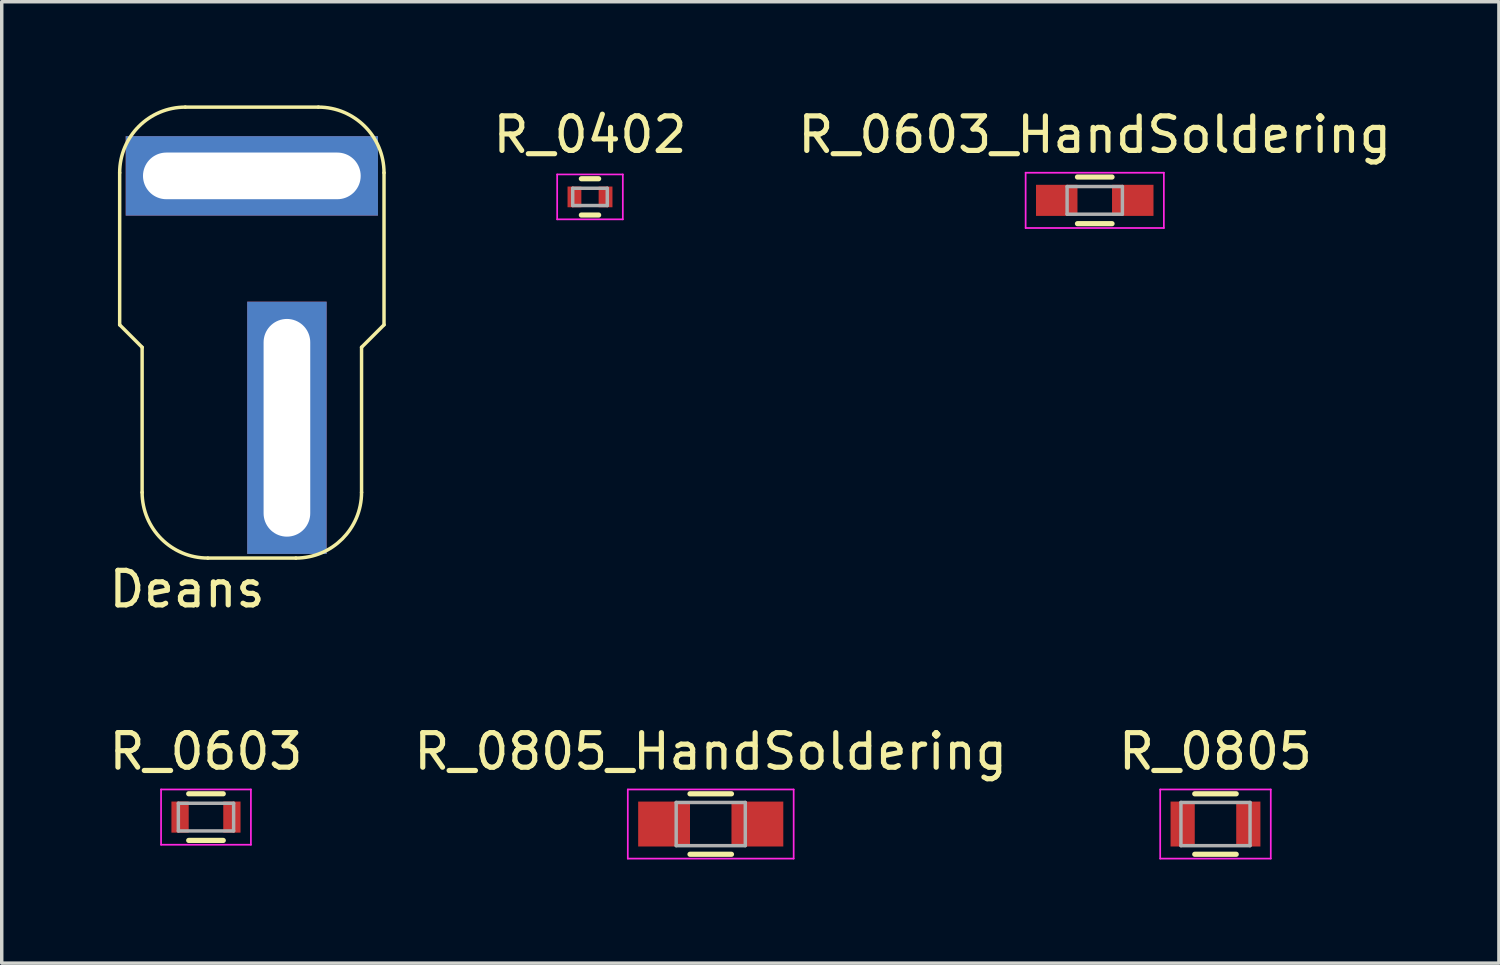
<source format=kicad_pcb>
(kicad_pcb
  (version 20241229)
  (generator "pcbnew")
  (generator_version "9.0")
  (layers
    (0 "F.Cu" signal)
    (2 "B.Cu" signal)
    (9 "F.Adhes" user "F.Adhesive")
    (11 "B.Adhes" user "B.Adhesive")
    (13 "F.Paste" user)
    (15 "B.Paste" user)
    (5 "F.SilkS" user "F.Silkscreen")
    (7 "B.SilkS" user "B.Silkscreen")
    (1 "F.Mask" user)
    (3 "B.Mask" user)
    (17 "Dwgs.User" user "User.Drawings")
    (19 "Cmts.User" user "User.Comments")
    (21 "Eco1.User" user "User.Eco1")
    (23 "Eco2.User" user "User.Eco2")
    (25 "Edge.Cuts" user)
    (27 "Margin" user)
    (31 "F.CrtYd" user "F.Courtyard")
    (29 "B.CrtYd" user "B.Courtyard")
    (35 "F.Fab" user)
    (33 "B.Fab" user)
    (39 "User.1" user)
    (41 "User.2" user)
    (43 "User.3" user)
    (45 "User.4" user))
  (footprint "R_0805"
    (layer "F.Cu")
    (at 32.125 20.797)
    (property "Reference" "R_0805" (at 0 -2.1 0) (layer "F.SilkS") (effects (font (size 1 1) (thickness 0.15))))
    (attr smd)
    (fp_line (start -0.6 -0.875) (end 0.6 -0.875) (stroke (width 0.15) (type solid)) (layer "F.SilkS"))
    (fp_line (start 0.6 0.875) (end -0.6 0.875) (stroke (width 0.15) (type solid)) (layer "F.SilkS"))
    (fp_line (start -1.6 -1) (end -1.6 1) (stroke (width 0.05) (type solid)) (layer "F.CrtYd"))
    (fp_line (start -1.6 -1) (end 1.6 -1) (stroke (width 0.05) (type solid)) (layer "F.CrtYd"))
    (fp_line (start -1.6 1) (end 1.6 1) (stroke (width 0.05) (type solid)) (layer "F.CrtYd"))
    (fp_line (start 1.6 -1) (end 1.6 1) (stroke (width 0.05) (type solid)) (layer "F.CrtYd"))
    (fp_line (start -1 -0.625) (end 1 -0.625) (stroke (width 0.1) (type solid)) (layer "F.Fab"))
    (fp_line (start -1 0.625) (end -1 -0.625) (stroke (width 0.1) (type solid)) (layer "F.Fab"))
    (fp_line (start 1 -0.625) (end 1 0.625) (stroke (width 0.1) (type solid)) (layer "F.Fab"))
    (fp_line (start 1 0.625) (end -1 0.625) (stroke (width 0.1) (type solid)) (layer "F.Fab"))
    (pad "1" smd rect (at -0.95 0) (size 0.7 1.3) (layers "F.Cu" "F.Mask" "F.Paste"))
    (pad "2" smd rect (at 0.95 0) (size 0.7 1.3) (layers "F.Cu" "F.Mask" "F.Paste")))
  (footprint "R_0603"
    (layer "F.Cu")
    (at 2.911 20.596)
    (property "Reference" "R_0603" (at 0 -1.9 0) (layer "F.SilkS") (effects (font (size 1 1) (thickness 0.15))))
    (attr smd)
    (fp_line (start -0.5 -0.675) (end 0.5 -0.675) (stroke (width 0.15) (type solid)) (layer "F.SilkS"))
    (fp_line (start 0.5 0.675) (end -0.5 0.675) (stroke (width 0.15) (type solid)) (layer "F.SilkS"))
    (fp_line (start -1.3 -0.8) (end -1.3 0.8) (stroke (width 0.05) (type solid)) (layer "F.CrtYd"))
    (fp_line (start -1.3 -0.8) (end 1.3 -0.8) (stroke (width 0.05) (type solid)) (layer "F.CrtYd"))
    (fp_line (start -1.3 0.8) (end 1.3 0.8) (stroke (width 0.05) (type solid)) (layer "F.CrtYd"))
    (fp_line (start 1.3 -0.8) (end 1.3 0.8) (stroke (width 0.05) (type solid)) (layer "F.CrtYd"))
    (fp_line (start -0.8 -0.4) (end 0.8 -0.4) (stroke (width 0.1) (type solid)) (layer "F.Fab"))
    (fp_line (start -0.8 0.4) (end -0.8 -0.4) (stroke (width 0.1) (type solid)) (layer "F.Fab"))
    (fp_line (start 0.8 -0.4) (end 0.8 0.4) (stroke (width 0.1) (type solid)) (layer "F.Fab"))
    (fp_line (start 0.8 0.4) (end -0.8 0.4) (stroke (width 0.1) (type solid)) (layer "F.Fab"))
    (pad "1" smd rect (at -0.75 0) (size 0.5 0.9) (layers "F.Cu" "F.Mask" "F.Paste"))
    (pad "2" smd rect (at 0.75 0) (size 0.5 0.9) (layers "F.Cu" "F.Mask" "F.Paste")))
  (footprint "R_0805_HandSoldering"
    (layer "F.Cu")
    (at 17.518 20.797)
    (property "Reference" "R_0805_HandSoldering" (at 0 -2.1 0) (layer "F.SilkS") (effects (font (size 1 1) (thickness 0.15))))
    (attr smd)
    (fp_line (start -0.6 -0.875) (end 0.6 -0.875) (stroke (width 0.15) (type solid)) (layer "F.SilkS"))
    (fp_line (start 0.6 0.875) (end -0.6 0.875) (stroke (width 0.15) (type solid)) (layer "F.SilkS"))
    (fp_line (start -2.4 -1) (end -2.4 1) (stroke (width 0.05) (type solid)) (layer "F.CrtYd"))
    (fp_line (start -2.4 -1) (end 2.4 -1) (stroke (width 0.05) (type solid)) (layer "F.CrtYd"))
    (fp_line (start -2.4 1) (end 2.4 1) (stroke (width 0.05) (type solid)) (layer "F.CrtYd"))
    (fp_line (start 2.4 -1) (end 2.4 1) (stroke (width 0.05) (type solid)) (layer "F.CrtYd"))
    (fp_line (start -1 -0.625) (end 1 -0.625) (stroke (width 0.1) (type solid)) (layer "F.Fab"))
    (fp_line (start -1 0.625) (end -1 -0.625) (stroke (width 0.1) (type solid)) (layer "F.Fab"))
    (fp_line (start 1 -0.625) (end 1 0.625) (stroke (width 0.1) (type solid)) (layer "F.Fab"))
    (fp_line (start 1 0.625) (end -1 0.625) (stroke (width 0.1) (type solid)) (layer "F.Fab"))
    (pad "1" smd rect (at -1.35 0) (size 1.5 1.3) (layers "F.Cu" "F.Mask" "F.Paste"))
    (pad "2" smd rect (at 1.35 0) (size 1.5 1.3) (layers "F.Cu" "F.Mask" "F.Paste")))
  (footprint "R_0603_HandSoldering"
    (layer "F.Cu")
    (at 28.631 2.748)
    (property "Reference" "R_0603_HandSoldering" (at 0 -1.9 0) (layer "F.SilkS") (effects (font (size 1 1) (thickness 0.15))))
    (attr smd)
    (fp_line (start -0.5 -0.675) (end 0.5 -0.675) (stroke (width 0.15) (type solid)) (layer "F.SilkS"))
    (fp_line (start 0.5 0.675) (end -0.5 0.675) (stroke (width 0.15) (type solid)) (layer "F.SilkS"))
    (fp_line (start -2 -0.8) (end -2 0.8) (stroke (width 0.05) (type solid)) (layer "F.CrtYd"))
    (fp_line (start -2 -0.8) (end 2 -0.8) (stroke (width 0.05) (type solid)) (layer "F.CrtYd"))
    (fp_line (start -2 0.8) (end 2 0.8) (stroke (width 0.05) (type solid)) (layer "F.CrtYd"))
    (fp_line (start 2 -0.8) (end 2 0.8) (stroke (width 0.05) (type solid)) (layer "F.CrtYd"))
    (fp_line (start -0.8 -0.4) (end 0.8 -0.4) (stroke (width 0.1) (type solid)) (layer "F.Fab"))
    (fp_line (start -0.8 0.4) (end -0.8 -0.4) (stroke (width 0.1) (type solid)) (layer "F.Fab"))
    (fp_line (start 0.8 -0.4) (end 0.8 0.4) (stroke (width 0.1) (type solid)) (layer "F.Fab"))
    (fp_line (start 0.8 0.4) (end -0.8 0.4) (stroke (width 0.1) (type solid)) (layer "F.Fab"))
    (pad "1" smd rect (at -1.1 0) (size 1.2 0.9) (layers "F.Cu" "F.Mask" "F.Paste"))
    (pad "2" smd rect (at 1.1 0) (size 1.2 0.9) (layers "F.Cu" "F.Mask" "F.Paste")))
  (footprint "R_0402"
    (layer "F.Cu")
    (at 14.024 2.648)
    (property "Reference" "R_0402" (at 0 -1.8 0) (layer "F.SilkS") (effects (font (size 1 1) (thickness 0.15))))
    (attr smd)
    (fp_line (start -0.25 0.525) (end 0.25 0.525) (stroke (width 0.15) (type solid)) (layer "F.SilkS"))
    (fp_line (start 0.25 -0.525) (end -0.25 -0.525) (stroke (width 0.15) (type solid)) (layer "F.SilkS"))
    (fp_line (start -0.95 -0.65) (end -0.95 0.65) (stroke (width 0.05) (type solid)) (layer "F.CrtYd"))
    (fp_line (start -0.95 -0.65) (end 0.95 -0.65) (stroke (width 0.05) (type solid)) (layer "F.CrtYd"))
    (fp_line (start -0.95 0.65) (end 0.95 0.65) (stroke (width 0.05) (type solid)) (layer "F.CrtYd"))
    (fp_line (start 0.95 -0.65) (end 0.95 0.65) (stroke (width 0.05) (type solid)) (layer "F.CrtYd"))
    (fp_line (start -0.5 -0.25) (end 0.5 -0.25) (stroke (width 0.1) (type solid)) (layer "F.Fab"))
    (fp_line (start -0.5 0.25) (end -0.5 -0.25) (stroke (width 0.1) (type solid)) (layer "F.Fab"))
    (fp_line (start 0.5 -0.25) (end 0.5 0.25) (stroke (width 0.1) (type solid)) (layer "F.Fab"))
    (fp_line (start 0.5 0.25) (end -0.5 0.25) (stroke (width 0.1) (type solid)) (layer "F.Fab"))
    (pad "1" smd rect (at -0.45 0) (size 0.4 0.6) (layers "F.Cu" "F.Mask" "F.Paste"))
    (pad "2" smd rect (at 0.45 0) (size 0.4 0.6) (layers "F.Cu" "F.Mask" "F.Paste")))
  (footprint "Deans"
    (layer "F.Cu")
    (at 0.413 13.1)
    (property "Reference" "Deans" (at 1.95 0.9 0) (layer "F.SilkS") (effects (font (size 1 1) (thickness 0.15))))
    (attr through_hole)
    (fp_line (start 0 -11.15) (end 0 -6.75) (stroke (width 0.1) (type solid)) (layer "F.SilkS"))
    (fp_line (start 0 -6.75) (end 0.65 -6.1) (stroke (width 0.1) (type solid)) (layer "F.SilkS"))
    (fp_line (start 0.65 -6.1) (end 0.65 -1.9) (stroke (width 0.1) (type solid)) (layer "F.SilkS"))
    (fp_line (start 2.55 0) (end 5.1 0) (stroke (width 0.1) (type solid)) (layer "F.SilkS"))
    (fp_line (start 5.75 -13.05) (end 1.9 -13.05) (stroke (width 0.1) (type solid)) (layer "F.SilkS"))
    (fp_line (start 7 -6.1) (end 7 -1.9) (stroke (width 0.1) (type solid)) (layer "F.SilkS"))
    (fp_line (start 7.65 -6.75) (end 7 -6.1) (stroke (width 0.1) (type solid)) (layer "F.SilkS"))
    (fp_line (start 7.65 -6.75) (end 7.65 -11.15) (stroke (width 0.1) (type solid)) (layer "F.SilkS"))
    (fp_arc (start 0 -11.15) (mid 0.556497 -12.493503) (end 1.9 -13.05) (stroke (width 0.1) (type solid)) (layer "F.SilkS"))
    (fp_arc (start 2.55 0) (mid 1.206497 -0.556497) (end 0.65 -1.9) (stroke (width 0.1) (type solid)) (layer "F.SilkS"))
    (fp_arc (start 5.75 -13.05) (mid 7.093503 -12.493503) (end 7.65 -11.15) (stroke (width 0.1) (type solid)) (layer "F.SilkS"))
    (fp_arc (start 7 -1.9) (mid 6.443503 -0.556497) (end 5.1 0) (stroke (width 0.1) (type solid)) (layer "F.SilkS"))
    (pad "1" thru_hole rect (at 4.84 -3.77 90) (size 7.3 2.3) (drill oval 6.3 1.35) (layers "*.Cu" "*.Mask"))
    (pad "2" thru_hole rect (at 3.825 -11.06) (size 7.3 2.3) (drill oval 6.3 1.35) (layers "*.Cu" "*.Mask")))
  (gr_rect
    (start -3 -3)
    (end 40.327 24.822)
    (stroke (width 0.1) (type default))
    (fill no)
    (layer "Edge.Cuts")))
</source>
